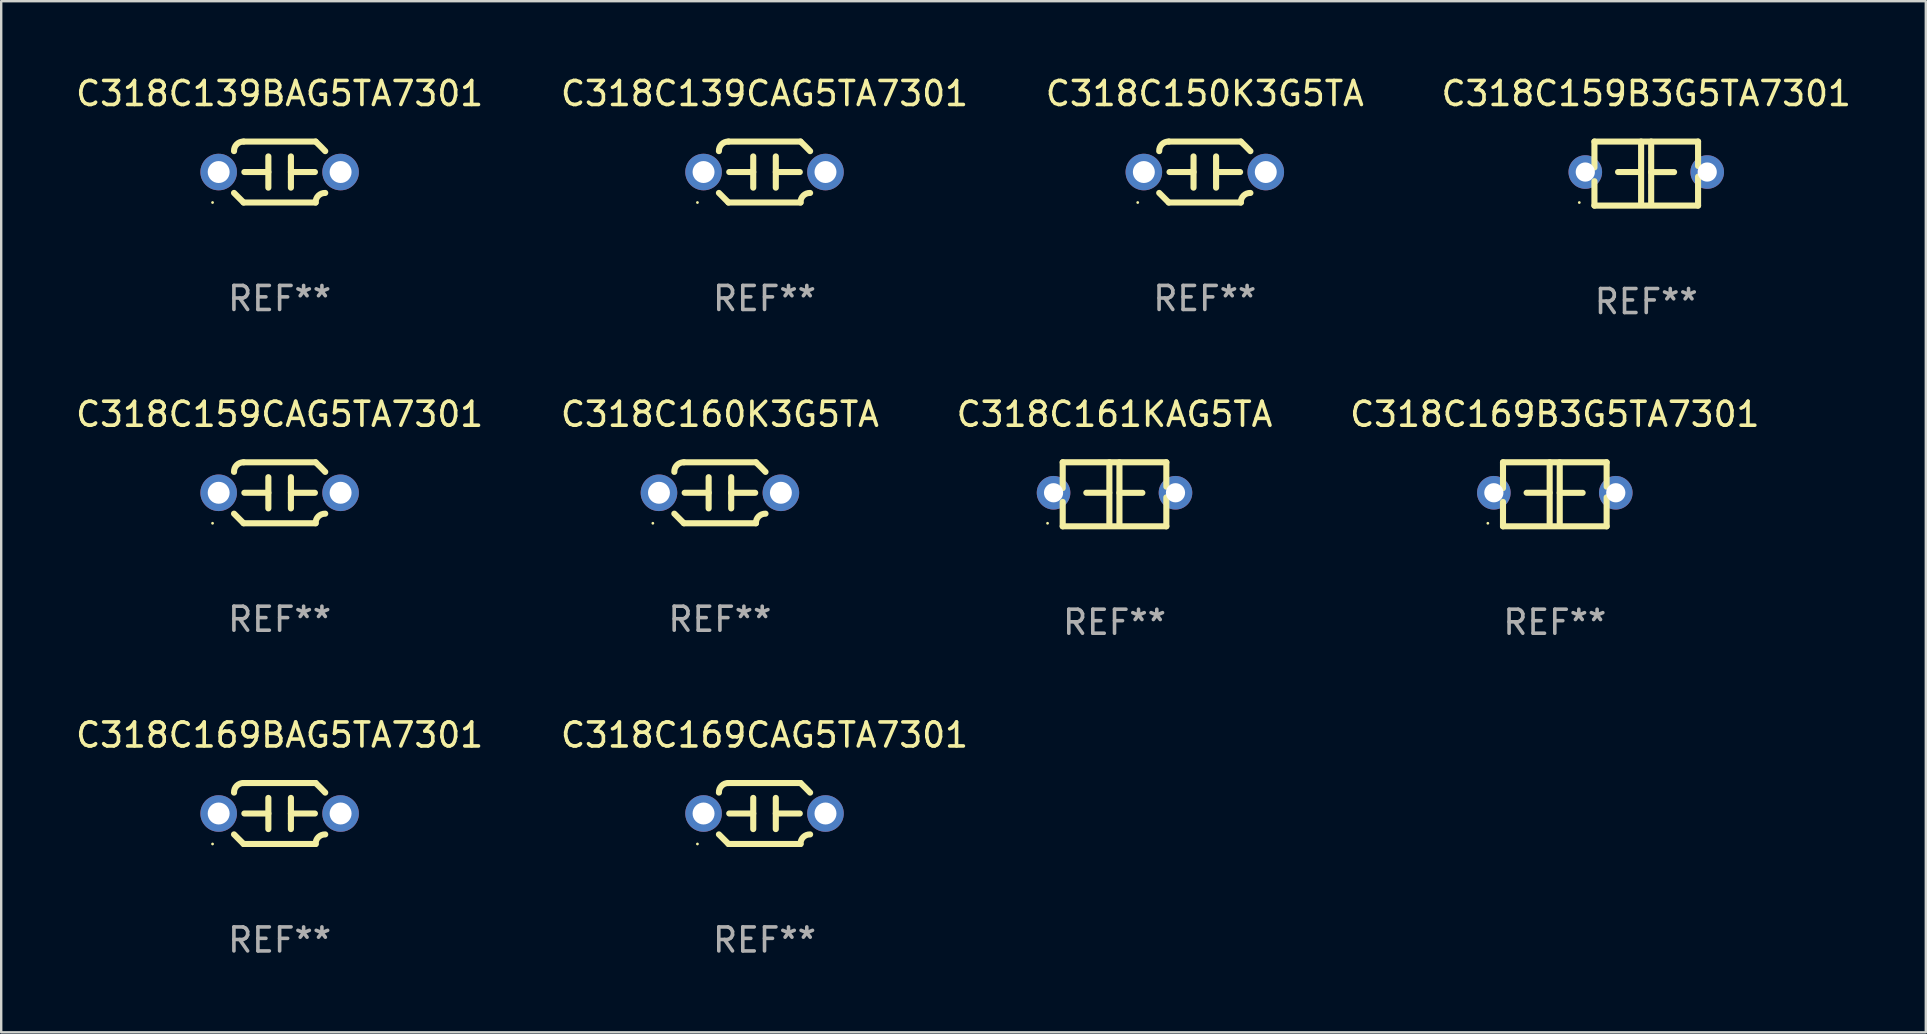
<source format=kicad_pcb>
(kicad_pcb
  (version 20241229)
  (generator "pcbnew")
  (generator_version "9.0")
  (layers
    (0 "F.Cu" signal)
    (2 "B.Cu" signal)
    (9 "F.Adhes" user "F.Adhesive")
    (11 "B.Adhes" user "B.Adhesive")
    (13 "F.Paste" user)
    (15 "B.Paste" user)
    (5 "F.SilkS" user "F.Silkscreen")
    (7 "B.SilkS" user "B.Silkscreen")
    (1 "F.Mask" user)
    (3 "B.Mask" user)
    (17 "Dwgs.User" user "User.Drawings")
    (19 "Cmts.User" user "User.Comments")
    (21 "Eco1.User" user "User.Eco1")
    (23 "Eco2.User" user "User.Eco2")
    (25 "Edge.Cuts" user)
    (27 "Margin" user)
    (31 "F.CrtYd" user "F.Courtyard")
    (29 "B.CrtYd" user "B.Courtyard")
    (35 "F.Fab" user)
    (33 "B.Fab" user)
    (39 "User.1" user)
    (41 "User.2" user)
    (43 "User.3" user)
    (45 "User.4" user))
  (footprint "C318C139BAG5TA7301"
    (layer "F.Cu")
    (at 8.601 4.118)
    (property "Reference" "C318C139BAG5TA7301" (at 0 -3.27 0) (layer "F.SilkS") (effects (font (size 1 1) (thickness 0.15))))
    (attr through_hole)
    (fp_line (start -1.5 -1.27) (end 1.5 -1.27) (stroke (width 0.254) (type solid)) (layer "F.SilkS"))
    (fp_line (start -0.47 -0.65) (end -0.47 0.65) (stroke (width 0.254) (type solid)) (layer "F.SilkS"))
    (fp_line (start -0.47 -0.000381) (end -1.47 -0.000381) (stroke (width 0.254) (type solid)) (layer "F.SilkS"))
    (fp_line (start 0.47 0.000356) (end 1.47 0.000356) (stroke (width 0.254) (type solid)) (layer "F.SilkS"))
    (fp_line (start 0.47 0.65) (end 0.47 -0.65) (stroke (width 0.254) (type solid)) (layer "F.SilkS"))
    (fp_line (start 1.5 1.27) (end -1.5 1.27) (stroke (width 0.254) (type solid)) (layer "F.SilkS"))
    (fp_arc (start -1.899924 -0.871221) (mid -1.78599 -1.156887) (end -1.5 -1.270003) (stroke (width 0.254001) (type solid)) (layer "F.SilkS"))
    (fp_arc (start -1.501217 1.269929) (mid -1.700682 1.070039) (end -1.9 0.870003) (stroke (width 0.254001) (type solid)) (layer "F.SilkS"))
    (fp_arc (start 1.5 1.270003) (mid 1.614112 0.984517) (end 1.899923 0.871222) (stroke (width 0.254001) (type solid)) (layer "F.SilkS"))
    (fp_arc (start 1.501219 -1.269927) (mid 1.70319 -1.072538) (end 1.9 -0.870003) (stroke (width 0.254001) (type solid)) (layer "F.SilkS"))
    (fp_circle (center -2.795 1.27) (end -2.765 1.27) (stroke (width 0.06) (type solid)) (fill no) (layer "F.SilkS"))
    (fp_text user "REF**" (at 0 5.27 0) (layer "F.Fab") (effects (font (size 1 1) (thickness 0.15))))
    (pad "1" thru_hole circle (at -2.54 0) (size 1.524 1.524) (drill 0.914) (layers "*.Cu" "*.Mask"))
    (pad "2" thru_hole circle (at 2.54 0) (size 1.524 1.524) (drill 0.914) (layers "*.Cu" "*.Mask")))
  (footprint "C318C150K3G5TA"
    (layer "F.Cu")
    (at 47.149 4.118)
    (property "Reference" "C318C150K3G5TA" (at 0 -3.27 0) (layer "F.SilkS") (effects (font (size 1 1) (thickness 0.15))))
    (attr through_hole)
    (fp_line (start -1.5 -1.27) (end 1.5 -1.27) (stroke (width 0.254) (type solid)) (layer "F.SilkS"))
    (fp_line (start -0.47 -0.65) (end -0.47 0.65) (stroke (width 0.254) (type solid)) (layer "F.SilkS"))
    (fp_line (start -0.47 -0.000381) (end -1.47 -0.000381) (stroke (width 0.254) (type solid)) (layer "F.SilkS"))
    (fp_line (start 0.47 0.000356) (end 1.47 0.000356) (stroke (width 0.254) (type solid)) (layer "F.SilkS"))
    (fp_line (start 0.47 0.65) (end 0.47 -0.65) (stroke (width 0.254) (type solid)) (layer "F.SilkS"))
    (fp_line (start 1.5 1.27) (end -1.5 1.27) (stroke (width 0.254) (type solid)) (layer "F.SilkS"))
    (fp_arc (start -1.899924 -0.871221) (mid -1.78599 -1.156887) (end -1.5 -1.270003) (stroke (width 0.254001) (type solid)) (layer "F.SilkS"))
    (fp_arc (start -1.501217 1.269929) (mid -1.700682 1.070039) (end -1.9 0.870003) (stroke (width 0.254001) (type solid)) (layer "F.SilkS"))
    (fp_arc (start 1.5 1.270003) (mid 1.614112 0.984517) (end 1.899923 0.871222) (stroke (width 0.254001) (type solid)) (layer "F.SilkS"))
    (fp_arc (start 1.501219 -1.269927) (mid 1.70319 -1.072538) (end 1.9 -0.870003) (stroke (width 0.254001) (type solid)) (layer "F.SilkS"))
    (fp_circle (center -2.795 1.27) (end -2.765 1.27) (stroke (width 0.06) (type solid)) (fill no) (layer "F.SilkS"))
    (fp_text user "REF**" (at 0 5.27 0) (layer "F.Fab") (effects (font (size 1 1) (thickness 0.15))))
    (pad "1" thru_hole circle (at -2.54 0) (size 1.524 1.524) (drill 0.914) (layers "*.Cu" "*.Mask"))
    (pad "2" thru_hole circle (at 2.54 0) (size 1.524 1.524) (drill 0.914) (layers "*.Cu" "*.Mask")))
  (footprint "C318C159CAG5TA7301"
    (layer "F.Cu")
    (at 8.601 17.482)
    (property "Reference" "C318C159CAG5TA7301" (at 0 -3.27 0) (layer "F.SilkS") (effects (font (size 1 1) (thickness 0.15))))
    (attr through_hole)
    (fp_line (start -1.5 -1.27) (end 1.5 -1.27) (stroke (width 0.254) (type solid)) (layer "F.SilkS"))
    (fp_line (start -0.47 -0.65) (end -0.47 0.65) (stroke (width 0.254) (type solid)) (layer "F.SilkS"))
    (fp_line (start -0.47 -0.000381) (end -1.47 -0.000381) (stroke (width 0.254) (type solid)) (layer "F.SilkS"))
    (fp_line (start 0.47 0.000356) (end 1.47 0.000356) (stroke (width 0.254) (type solid)) (layer "F.SilkS"))
    (fp_line (start 0.47 0.65) (end 0.47 -0.65) (stroke (width 0.254) (type solid)) (layer "F.SilkS"))
    (fp_line (start 1.5 1.27) (end -1.5 1.27) (stroke (width 0.254) (type solid)) (layer "F.SilkS"))
    (fp_arc (start -1.899924 -0.871221) (mid -1.78599 -1.156887) (end -1.5 -1.270003) (stroke (width 0.254001) (type solid)) (layer "F.SilkS"))
    (fp_arc (start -1.501217 1.269929) (mid -1.700682 1.070039) (end -1.9 0.870003) (stroke (width 0.254001) (type solid)) (layer "F.SilkS"))
    (fp_arc (start 1.5 1.270003) (mid 1.614112 0.984517) (end 1.899923 0.871222) (stroke (width 0.254001) (type solid)) (layer "F.SilkS"))
    (fp_arc (start 1.501219 -1.269927) (mid 1.70319 -1.072538) (end 1.9 -0.870003) (stroke (width 0.254001) (type solid)) (layer "F.SilkS"))
    (fp_circle (center -2.795 1.27) (end -2.765 1.27) (stroke (width 0.06) (type solid)) (fill no) (layer "F.SilkS"))
    (fp_text user "REF**" (at 0 5.27 0) (layer "F.Fab") (effects (font (size 1 1) (thickness 0.15))))
    (pad "1" thru_hole circle (at -2.54 0) (size 1.524 1.524) (drill 0.914) (layers "*.Cu" "*.Mask"))
    (pad "2" thru_hole circle (at 2.54 0) (size 1.524 1.524) (drill 0.914) (layers "*.Cu" "*.Mask")))
  (footprint "C318C161KAG5TA"
    (layer "F.Cu")
    (at 43.387 17.545)
    (property "Reference" "C318C161KAG5TA" (at 0 -3.334 0) (layer "F.SilkS") (effects (font (size 1 1) (thickness 0.15))))
    (attr through_hole)
    (fp_line (start -2.159 -1.334) (end 2.159 -1.334) (stroke (width 0.254) (type solid)) (layer "F.SilkS"))
    (fp_line (start -2.159 -0.256) (end -2.159 -1.334) (stroke (width 0.254) (type solid)) (layer "F.SilkS"))
    (fp_line (start -2.159 1.334) (end -2.159 0.318) (stroke (width 0.254) (type solid)) (layer "F.SilkS"))
    (fp_line (start -0.22 -0.064) (end -1.175 -0.064) (stroke (width 0.254) (type solid)) (layer "F.SilkS"))
    (fp_line (start -0.214 -1.334) (end -0.214 1.207) (stroke (width 0.254) (type solid)) (layer "F.SilkS"))
    (fp_line (start 0.205 -1.334) (end 0.205 1.207) (stroke (width 0.254) (type solid)) (layer "F.SilkS"))
    (fp_line (start 0.205 -0.061) (end 1.16 -0.061) (stroke (width 0.254) (type solid)) (layer "F.SilkS"))
    (fp_line (start 2.159 -1.334) (end 2.159 -0.318) (stroke (width 0.254) (type solid)) (layer "F.SilkS"))
    (fp_line (start 2.159 0.129) (end 2.159 1.334) (stroke (width 0.254) (type solid)) (layer "F.SilkS"))
    (fp_line (start 2.159 1.334) (end -2.159 1.334) (stroke (width 0.254) (type solid)) (layer "F.SilkS"))
    (fp_circle (center -2.79 1.207) (end -2.76 1.207) (stroke (width 0.06) (type solid)) (fill no) (layer "F.SilkS"))
    (fp_text user "REF**" (at 0 5.334 0) (layer "F.Fab") (effects (font (size 1 1) (thickness 0.15))))
    (pad "1" thru_hole circle (at -2.54 -0.064) (size 1.4 1.4) (drill 0.8) (layers "*.Cu" "*.Mask"))
    (pad "2" thru_hole circle (at 2.54 -0.064) (size 1.4 1.4) (drill 0.8) (layers "*.Cu" "*.Mask")))
  (footprint "C318C139CAG5TA7301"
    (layer "F.Cu")
    (at 28.804 4.118)
    (property "Reference" "C318C139CAG5TA7301" (at 0 -3.27 0) (layer "F.SilkS") (effects (font (size 1 1) (thickness 0.15))))
    (attr through_hole)
    (fp_line (start -1.5 -1.27) (end 1.5 -1.27) (stroke (width 0.254) (type solid)) (layer "F.SilkS"))
    (fp_line (start -0.47 -0.65) (end -0.47 0.65) (stroke (width 0.254) (type solid)) (layer "F.SilkS"))
    (fp_line (start -0.47 -0.000381) (end -1.47 -0.000381) (stroke (width 0.254) (type solid)) (layer "F.SilkS"))
    (fp_line (start 0.47 0.000356) (end 1.47 0.000356) (stroke (width 0.254) (type solid)) (layer "F.SilkS"))
    (fp_line (start 0.47 0.65) (end 0.47 -0.65) (stroke (width 0.254) (type solid)) (layer "F.SilkS"))
    (fp_line (start 1.5 1.27) (end -1.5 1.27) (stroke (width 0.254) (type solid)) (layer "F.SilkS"))
    (fp_arc (start -1.899924 -0.871221) (mid -1.78599 -1.156887) (end -1.5 -1.270003) (stroke (width 0.254001) (type solid)) (layer "F.SilkS"))
    (fp_arc (start -1.501217 1.269929) (mid -1.700682 1.070039) (end -1.9 0.870003) (stroke (width 0.254001) (type solid)) (layer "F.SilkS"))
    (fp_arc (start 1.5 1.270003) (mid 1.614112 0.984517) (end 1.899923 0.871222) (stroke (width 0.254001) (type solid)) (layer "F.SilkS"))
    (fp_arc (start 1.501219 -1.269927) (mid 1.70319 -1.072538) (end 1.9 -0.870003) (stroke (width 0.254001) (type solid)) (layer "F.SilkS"))
    (fp_circle (center -2.795 1.27) (end -2.765 1.27) (stroke (width 0.06) (type solid)) (fill no) (layer "F.SilkS"))
    (fp_text user "REF**" (at 0 5.27 0) (layer "F.Fab") (effects (font (size 1 1) (thickness 0.15))))
    (pad "1" thru_hole circle (at -2.54 0) (size 1.524 1.524) (drill 0.914) (layers "*.Cu" "*.Mask"))
    (pad "2" thru_hole circle (at 2.54 0) (size 1.524 1.524) (drill 0.914) (layers "*.Cu" "*.Mask")))
  (footprint "C318C169B3G5TA7301"
    (layer "F.Cu")
    (at 61.732 17.545)
    (property "Reference" "C318C169B3G5TA7301" (at 0 -3.334 0) (layer "F.SilkS") (effects (font (size 1 1) (thickness 0.15))))
    (attr through_hole)
    (fp_line (start -2.159 -1.334) (end 2.159 -1.334) (stroke (width 0.254) (type solid)) (layer "F.SilkS"))
    (fp_line (start -2.159 -0.256) (end -2.159 -1.334) (stroke (width 0.254) (type solid)) (layer "F.SilkS"))
    (fp_line (start -2.159 1.334) (end -2.159 0.318) (stroke (width 0.254) (type solid)) (layer "F.SilkS"))
    (fp_line (start -0.22 -0.064) (end -1.175 -0.064) (stroke (width 0.254) (type solid)) (layer "F.SilkS"))
    (fp_line (start -0.214 -1.334) (end -0.214 1.207) (stroke (width 0.254) (type solid)) (layer "F.SilkS"))
    (fp_line (start 0.205 -1.334) (end 0.205 1.207) (stroke (width 0.254) (type solid)) (layer "F.SilkS"))
    (fp_line (start 0.205 -0.061) (end 1.16 -0.061) (stroke (width 0.254) (type solid)) (layer "F.SilkS"))
    (fp_line (start 2.159 -1.334) (end 2.159 -0.318) (stroke (width 0.254) (type solid)) (layer "F.SilkS"))
    (fp_line (start 2.159 0.129) (end 2.159 1.334) (stroke (width 0.254) (type solid)) (layer "F.SilkS"))
    (fp_line (start 2.159 1.334) (end -2.159 1.334) (stroke (width 0.254) (type solid)) (layer "F.SilkS"))
    (fp_circle (center -2.79 1.207) (end -2.76 1.207) (stroke (width 0.06) (type solid)) (fill no) (layer "F.SilkS"))
    (fp_text user "REF**" (at 0 5.334 0) (layer "F.Fab") (effects (font (size 1 1) (thickness 0.15))))
    (pad "1" thru_hole circle (at -2.54 -0.064) (size 1.4 1.4) (drill 0.8) (layers "*.Cu" "*.Mask"))
    (pad "2" thru_hole circle (at 2.54 -0.064) (size 1.4 1.4) (drill 0.8) (layers "*.Cu" "*.Mask")))
  (footprint "C318C159B3G5TA7301"
    (layer "F.Cu")
    (at 65.542 4.182)
    (property "Reference" "C318C159B3G5TA7301" (at 0 -3.334 0) (layer "F.SilkS") (effects (font (size 1 1) (thickness 0.15))))
    (attr through_hole)
    (fp_line (start -2.159 -1.334) (end 2.159 -1.334) (stroke (width 0.254) (type solid)) (layer "F.SilkS"))
    (fp_line (start -2.159 -0.256) (end -2.159 -1.334) (stroke (width 0.254) (type solid)) (layer "F.SilkS"))
    (fp_line (start -2.159 1.334) (end -2.159 0.318) (stroke (width 0.254) (type solid)) (layer "F.SilkS"))
    (fp_line (start -0.22 -0.064) (end -1.175 -0.064) (stroke (width 0.254) (type solid)) (layer "F.SilkS"))
    (fp_line (start -0.214 -1.334) (end -0.214 1.207) (stroke (width 0.254) (type solid)) (layer "F.SilkS"))
    (fp_line (start 0.205 -1.334) (end 0.205 1.207) (stroke (width 0.254) (type solid)) (layer "F.SilkS"))
    (fp_line (start 0.205 -0.061) (end 1.16 -0.061) (stroke (width 0.254) (type solid)) (layer "F.SilkS"))
    (fp_line (start 2.159 -1.334) (end 2.159 -0.318) (stroke (width 0.254) (type solid)) (layer "F.SilkS"))
    (fp_line (start 2.159 0.129) (end 2.159 1.334) (stroke (width 0.254) (type solid)) (layer "F.SilkS"))
    (fp_line (start 2.159 1.334) (end -2.159 1.334) (stroke (width 0.254) (type solid)) (layer "F.SilkS"))
    (fp_circle (center -2.79 1.207) (end -2.76 1.207) (stroke (width 0.06) (type solid)) (fill no) (layer "F.SilkS"))
    (fp_text user "REF**" (at 0 5.334 0) (layer "F.Fab") (effects (font (size 1 1) (thickness 0.15))))
    (pad "1" thru_hole circle (at -2.54 -0.064) (size 1.4 1.4) (drill 0.8) (layers "*.Cu" "*.Mask"))
    (pad "2" thru_hole circle (at 2.54 -0.064) (size 1.4 1.4) (drill 0.8) (layers "*.Cu" "*.Mask")))
  (footprint "C318C169BAG5TA7301"
    (layer "F.Cu")
    (at 8.601 30.845)
    (property "Reference" "C318C169BAG5TA7301" (at 0 -3.27 0) (layer "F.SilkS") (effects (font (size 1 1) (thickness 0.15))))
    (attr through_hole)
    (fp_line (start -1.5 -1.27) (end 1.5 -1.27) (stroke (width 0.254) (type solid)) (layer "F.SilkS"))
    (fp_line (start -0.47 -0.65) (end -0.47 0.65) (stroke (width 0.254) (type solid)) (layer "F.SilkS"))
    (fp_line (start -0.47 -0.000381) (end -1.47 -0.000381) (stroke (width 0.254) (type solid)) (layer "F.SilkS"))
    (fp_line (start 0.47 0.000356) (end 1.47 0.000356) (stroke (width 0.254) (type solid)) (layer "F.SilkS"))
    (fp_line (start 0.47 0.65) (end 0.47 -0.65) (stroke (width 0.254) (type solid)) (layer "F.SilkS"))
    (fp_line (start 1.5 1.27) (end -1.5 1.27) (stroke (width 0.254) (type solid)) (layer "F.SilkS"))
    (fp_arc (start -1.899924 -0.871221) (mid -1.78599 -1.156887) (end -1.5 -1.270003) (stroke (width 0.254001) (type solid)) (layer "F.SilkS"))
    (fp_arc (start -1.501217 1.269929) (mid -1.700682 1.070039) (end -1.9 0.870003) (stroke (width 0.254001) (type solid)) (layer "F.SilkS"))
    (fp_arc (start 1.5 1.270003) (mid 1.614112 0.984517) (end 1.899923 0.871222) (stroke (width 0.254001) (type solid)) (layer "F.SilkS"))
    (fp_arc (start 1.501219 -1.269927) (mid 1.70319 -1.072538) (end 1.9 -0.870003) (stroke (width 0.254001) (type solid)) (layer "F.SilkS"))
    (fp_circle (center -2.795 1.27) (end -2.765 1.27) (stroke (width 0.06) (type solid)) (fill no) (layer "F.SilkS"))
    (fp_text user "REF**" (at 0 5.27 0) (layer "F.Fab") (effects (font (size 1 1) (thickness 0.15))))
    (pad "1" thru_hole circle (at -2.54 0) (size 1.524 1.524) (drill 0.914) (layers "*.Cu" "*.Mask"))
    (pad "2" thru_hole circle (at 2.54 0) (size 1.524 1.524) (drill 0.914) (layers "*.Cu" "*.Mask")))
  (footprint "C318C160K3G5TA"
    (layer "F.Cu")
    (at 26.946 17.482)
    (property "Reference" "C318C160K3G5TA" (at 0 -3.27 0) (layer "F.SilkS") (effects (font (size 1 1) (thickness 0.15))))
    (attr through_hole)
    (fp_line (start -1.5 -1.27) (end 1.5 -1.27) (stroke (width 0.254) (type solid)) (layer "F.SilkS"))
    (fp_line (start -0.47 -0.65) (end -0.47 0.65) (stroke (width 0.254) (type solid)) (layer "F.SilkS"))
    (fp_line (start -0.47 -0.000381) (end -1.47 -0.000381) (stroke (width 0.254) (type solid)) (layer "F.SilkS"))
    (fp_line (start 0.47 0.000356) (end 1.47 0.000356) (stroke (width 0.254) (type solid)) (layer "F.SilkS"))
    (fp_line (start 0.47 0.65) (end 0.47 -0.65) (stroke (width 0.254) (type solid)) (layer "F.SilkS"))
    (fp_line (start 1.5 1.27) (end -1.5 1.27) (stroke (width 0.254) (type solid)) (layer "F.SilkS"))
    (fp_arc (start -1.899924 -0.871221) (mid -1.78599 -1.156887) (end -1.5 -1.270003) (stroke (width 0.254001) (type solid)) (layer "F.SilkS"))
    (fp_arc (start -1.501217 1.269929) (mid -1.700682 1.070039) (end -1.9 0.870003) (stroke (width 0.254001) (type solid)) (layer "F.SilkS"))
    (fp_arc (start 1.5 1.270003) (mid 1.614112 0.984517) (end 1.899923 0.871222) (stroke (width 0.254001) (type solid)) (layer "F.SilkS"))
    (fp_arc (start 1.501219 -1.269927) (mid 1.70319 -1.072538) (end 1.9 -0.870003) (stroke (width 0.254001) (type solid)) (layer "F.SilkS"))
    (fp_circle (center -2.795 1.27) (end -2.765 1.27) (stroke (width 0.06) (type solid)) (fill no) (layer "F.SilkS"))
    (fp_text user "REF**" (at 0 5.27 0) (layer "F.Fab") (effects (font (size 1 1) (thickness 0.15))))
    (pad "1" thru_hole circle (at -2.54 0) (size 1.524 1.524) (drill 0.914) (layers "*.Cu" "*.Mask"))
    (pad "2" thru_hole circle (at 2.54 0) (size 1.524 1.524) (drill 0.914) (layers "*.Cu" "*.Mask")))
  (footprint "C318C169CAG5TA7301"
    (layer "F.Cu")
    (at 28.804 30.845)
    (property "Reference" "C318C169CAG5TA7301" (at 0 -3.27 0) (layer "F.SilkS") (effects (font (size 1 1) (thickness 0.15))))
    (attr through_hole)
    (fp_line (start -1.5 -1.27) (end 1.5 -1.27) (stroke (width 0.254) (type solid)) (layer "F.SilkS"))
    (fp_line (start -0.47 -0.65) (end -0.47 0.65) (stroke (width 0.254) (type solid)) (layer "F.SilkS"))
    (fp_line (start -0.47 -0.000381) (end -1.47 -0.000381) (stroke (width 0.254) (type solid)) (layer "F.SilkS"))
    (fp_line (start 0.47 0.000356) (end 1.47 0.000356) (stroke (width 0.254) (type solid)) (layer "F.SilkS"))
    (fp_line (start 0.47 0.65) (end 0.47 -0.65) (stroke (width 0.254) (type solid)) (layer "F.SilkS"))
    (fp_line (start 1.5 1.27) (end -1.5 1.27) (stroke (width 0.254) (type solid)) (layer "F.SilkS"))
    (fp_arc (start -1.899924 -0.871221) (mid -1.78599 -1.156887) (end -1.5 -1.270003) (stroke (width 0.254001) (type solid)) (layer "F.SilkS"))
    (fp_arc (start -1.501217 1.269929) (mid -1.700682 1.070039) (end -1.9 0.870003) (stroke (width 0.254001) (type solid)) (layer "F.SilkS"))
    (fp_arc (start 1.5 1.270003) (mid 1.614112 0.984517) (end 1.899923 0.871222) (stroke (width 0.254001) (type solid)) (layer "F.SilkS"))
    (fp_arc (start 1.501219 -1.269927) (mid 1.70319 -1.072538) (end 1.9 -0.870003) (stroke (width 0.254001) (type solid)) (layer "F.SilkS"))
    (fp_circle (center -2.795 1.27) (end -2.765 1.27) (stroke (width 0.06) (type solid)) (fill no) (layer "F.SilkS"))
    (fp_text user "REF**" (at 0 5.27 0) (layer "F.Fab") (effects (font (size 1 1) (thickness 0.15))))
    (pad "1" thru_hole circle (at -2.54 0) (size 1.524 1.524) (drill 0.914) (layers "*.Cu" "*.Mask"))
    (pad "2" thru_hole circle (at 2.54 0) (size 1.524 1.524) (drill 0.914) (layers "*.Cu" "*.Mask")))
  (gr_rect
    (start -3 -3)
    (end 77.19 39.964)
    (stroke (width 0.1) (type default))
    (fill no)
    (layer "Edge.Cuts")))
</source>
